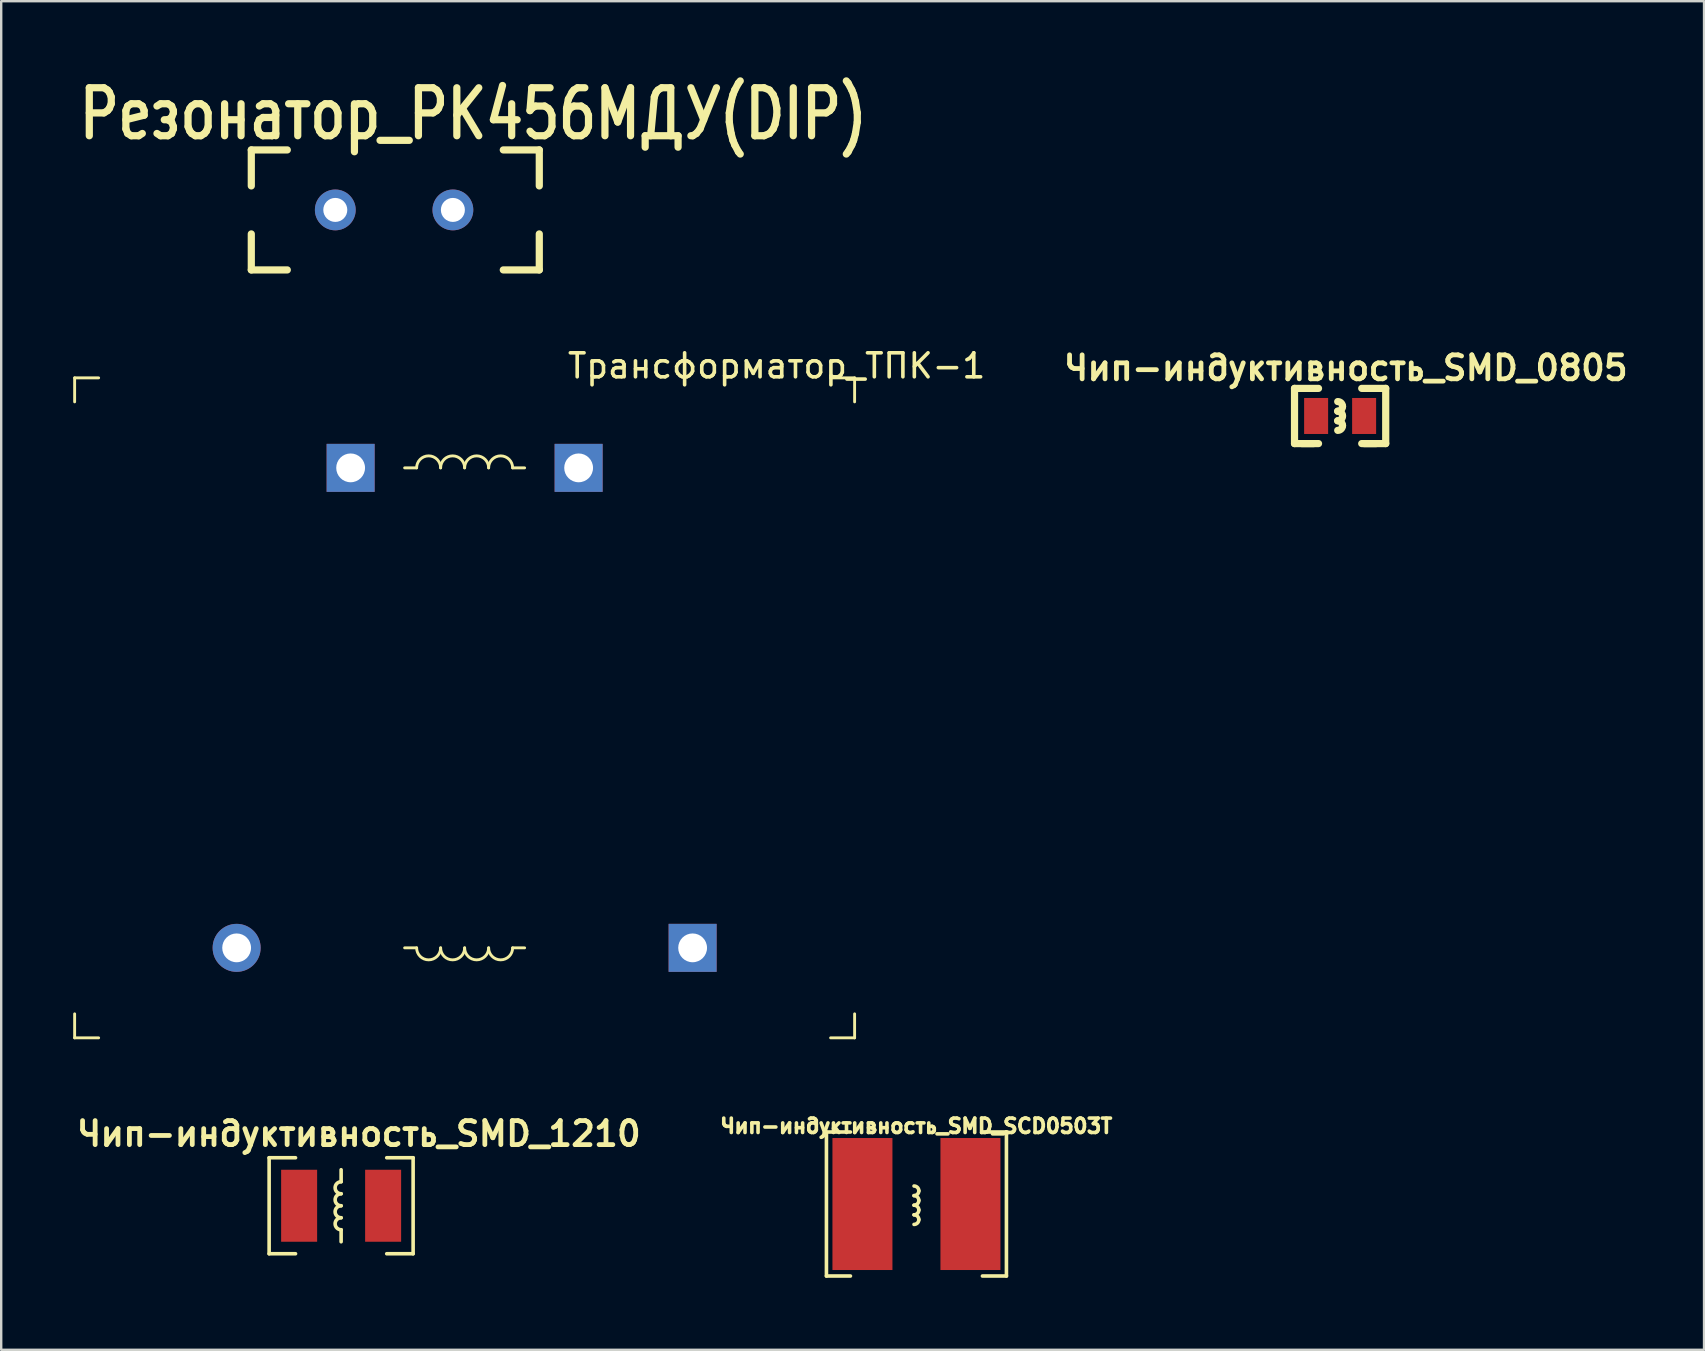
<source format=kicad_pcb>
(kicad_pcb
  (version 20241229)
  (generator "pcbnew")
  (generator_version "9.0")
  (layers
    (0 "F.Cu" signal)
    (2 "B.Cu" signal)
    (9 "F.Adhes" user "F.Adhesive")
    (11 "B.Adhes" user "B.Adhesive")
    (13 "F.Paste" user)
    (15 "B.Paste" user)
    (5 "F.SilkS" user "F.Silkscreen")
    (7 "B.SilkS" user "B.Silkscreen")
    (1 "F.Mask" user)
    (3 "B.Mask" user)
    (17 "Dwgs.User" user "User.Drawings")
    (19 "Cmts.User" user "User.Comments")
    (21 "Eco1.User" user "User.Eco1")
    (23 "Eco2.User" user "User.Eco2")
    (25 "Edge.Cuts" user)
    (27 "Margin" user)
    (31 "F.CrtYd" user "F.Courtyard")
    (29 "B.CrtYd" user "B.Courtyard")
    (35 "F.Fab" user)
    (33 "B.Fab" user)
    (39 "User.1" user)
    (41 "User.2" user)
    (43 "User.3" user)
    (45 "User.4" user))
  (footprint "Чип-индуктивность_SMD_1210"
    (layer "F.Cu")
    (at 9.414 47.191)
    (property "Reference" "Чип-индуктивность_SMD_1210" (at 2.5 -3 180) (layer "F.SilkS") (effects (font (size 1 1) (thickness 0.2))))
    (attr through_hole)
    (fp_line (start -1.25 -2) (end -1.25 2) (stroke (width 0.15) (type solid)) (layer "F.SilkS"))
    (fp_line (start -1.25 -2) (end -0.15 -2) (stroke (width 0.15) (type solid)) (layer "F.SilkS"))
    (fp_line (start -1.25 2) (end -0.15 2) (stroke (width 0.15) (type solid)) (layer "F.SilkS"))
    (fp_line (start 1.75 -1) (end 1.75 -1.5) (stroke (width 0.15) (type solid)) (layer "F.SilkS"))
    (fp_line (start 1.75 1.5) (end 1.75 1) (stroke (width 0.15) (type solid)) (layer "F.SilkS"))
    (fp_line (start 4.75 -2) (end 3.65 -2) (stroke (width 0.15) (type solid)) (layer "F.SilkS"))
    (fp_line (start 4.75 -2) (end 4.75 2) (stroke (width 0.15) (type solid)) (layer "F.SilkS"))
    (fp_line (start 4.75 2) (end 3.65 2) (stroke (width 0.15) (type solid)) (layer "F.SilkS"))
    (fp_arc (start 1.75 -0.5) (mid 1.5 -0.75) (end 1.75 -1) (stroke (width 0.15) (type solid)) (layer "F.SilkS"))
    (fp_arc (start 1.75 0) (mid 1.5 -0.25) (end 1.75 -0.5) (stroke (width 0.15) (type solid)) (layer "F.SilkS"))
    (fp_arc (start 1.75 0.5) (mid 1.5 0.25) (end 1.75 0) (stroke (width 0.15) (type solid)) (layer "F.SilkS"))
    (fp_arc (start 1.75 1) (mid 1.5 0.75) (end 1.75 0.5) (stroke (width 0.15) (type solid)) (layer "F.SilkS"))
    (pad "1" smd rect (at 0 0) (size 1.5 3) (layers "F.Cu" "F.Mask" "F.Paste"))
    (pad "2" smd rect (at 3.5 0) (size 1.5 3) (layers "F.Cu" "F.Mask" "F.Paste")))
  (footprint "Трансформатор_ТПК-1"
    (layer "F.Cu")
    (at 6.81 36.445)
    (property "Reference" "Трансформатор_ТПК-1" (at 22.5 -24.25 0) (layer "F.SilkS") (effects (font (size 1 1) (thickness 0.15))))
    (attr through_hole)
    (fp_line (start -6.75 -23.75) (end -6.75 -22.75) (stroke (width 0.12) (type solid)) (layer "F.SilkS"))
    (fp_line (start -6.75 -23.75) (end -5.75 -23.75) (stroke (width 0.12) (type solid)) (layer "F.SilkS"))
    (fp_line (start -6.75 3.75) (end -6.75 2.75) (stroke (width 0.12) (type solid)) (layer "F.SilkS"))
    (fp_line (start -6.75 3.75) (end -5.75 3.75) (stroke (width 0.12) (type solid)) (layer "F.SilkS"))
    (fp_line (start 7.5 -20) (end 7 -20) (stroke (width 0.12) (type solid)) (layer "F.SilkS"))
    (fp_line (start 7.5 0) (end 7 0) (stroke (width 0.12) (type solid)) (layer "F.SilkS"))
    (fp_line (start 11.5 -20) (end 12 -20) (stroke (width 0.12) (type solid)) (layer "F.SilkS"))
    (fp_line (start 11.5 0) (end 12 0) (stroke (width 0.12) (type solid)) (layer "F.SilkS"))
    (fp_line (start 25.75 -23.75) (end 24.75 -23.75) (stroke (width 0.12) (type solid)) (layer "F.SilkS"))
    (fp_line (start 25.75 -23.75) (end 25.75 -22.75) (stroke (width 0.12) (type solid)) (layer "F.SilkS"))
    (fp_line (start 25.75 3.75) (end 24.75 3.75) (stroke (width 0.12) (type solid)) (layer "F.SilkS"))
    (fp_line (start 25.75 3.75) (end 25.75 2.75) (stroke (width 0.12) (type solid)) (layer "F.SilkS"))
    (fp_arc (start 7.5 -20) (mid 8 -20.5) (end 8.5 -20) (stroke (width 0.12) (type solid)) (layer "F.SilkS"))
    (fp_arc (start 8.5 -20) (mid 9 -20.5) (end 9.5 -20) (stroke (width 0.12) (type solid)) (layer "F.SilkS"))
    (fp_arc (start 8.5 0) (mid 8 0.5) (end 7.5 0) (stroke (width 0.12) (type solid)) (layer "F.SilkS"))
    (fp_arc (start 9.5 -20) (mid 10 -20.5) (end 10.5 -20) (stroke (width 0.12) (type solid)) (layer "F.SilkS"))
    (fp_arc (start 9.5 0) (mid 9 0.5) (end 8.5 0) (stroke (width 0.12) (type solid)) (layer "F.SilkS"))
    (fp_arc (start 10.5 -20) (mid 11 -20.5) (end 11.5 -20) (stroke (width 0.12) (type solid)) (layer "F.SilkS"))
    (fp_arc (start 10.5 0) (mid 10 0.5) (end 9.5 0) (stroke (width 0.12) (type solid)) (layer "F.SilkS"))
    (fp_arc (start 11.5 0) (mid 11 0.5) (end 10.5 0) (stroke (width 0.12) (type solid)) (layer "F.SilkS"))
    (pad "1" thru_hole circle (at 0 0) (size 2 2) (drill 1.2) (layers "*.Cu" "*.Mask"))
    (pad "5" thru_hole rect (at 19 0) (size 2 2) (drill 1.2) (layers "*.Cu" "*.Mask"))
    (pad "7" thru_hole rect (at 14.25 -20) (size 2 2) (drill 1.2) (layers "*.Cu" "*.Mask"))
    (pad "9" thru_hole rect (at 4.75 -20) (size 2 2) (drill 1.2) (layers "*.Cu" "*.Mask")))
  (footprint "Резонатор_РК456МДУ(DIP)"
    (layer "F.Cu")
    (at 10.921 5.697)
    (property "Reference" "Резонатор_РК456МДУ(DIP)" (at 5.75 -4 180) (layer "F.SilkS") (effects (font (size 2 1.6) (thickness 0.3))))
    (attr through_hole)
    (fp_line (start -3.5 -2.5) (end -3.5 -1) (stroke (width 0.3) (type solid)) (layer "F.SilkS"))
    (fp_line (start -3.5 -2.5) (end -2 -2.5) (stroke (width 0.3) (type solid)) (layer "F.SilkS"))
    (fp_line (start -3.5 2.5) (end -3.5 1) (stroke (width 0.3) (type solid)) (layer "F.SilkS"))
    (fp_line (start -3.5 2.5) (end -2 2.5) (stroke (width 0.3) (type solid)) (layer "F.SilkS"))
    (fp_line (start 8.5 -2.5) (end 7 -2.5) (stroke (width 0.3) (type solid)) (layer "F.SilkS"))
    (fp_line (start 8.5 -2.5) (end 8.5 -1) (stroke (width 0.3) (type solid)) (layer "F.SilkS"))
    (fp_line (start 8.5 2.5) (end 7 2.5) (stroke (width 0.3) (type solid)) (layer "F.SilkS"))
    (fp_line (start 8.5 2.5) (end 8.5 1) (stroke (width 0.3) (type solid)) (layer "F.SilkS"))
    (pad "1" thru_hole circle (at 0 0) (size 1.7 1.7) (drill 1) (layers "*.Cu" "*.Mask"))
    (pad "2" thru_hole circle (at 4.9 0) (size 1.7 1.7) (drill 1) (layers "*.Cu" "*.Mask")))
  (footprint "Чип-индуктивность_SMD_0805"
    (layer "F.Cu")
    (at 51.79 14.283)
    (property "Reference" "Чип-индуктивность_SMD_0805" (at 1.25 -2 0) (layer "F.SilkS") (effects (font (size 1 1) (thickness 0.2))))
    (attr through_hole)
    (fp_line (start -0.9 -1.15) (end 0.1 -1.15) (stroke (width 0.3) (type solid)) (layer "F.SilkS"))
    (fp_line (start -0.9 1.15) (end -0.9 -1.15) (stroke (width 0.3) (type solid)) (layer "F.SilkS"))
    (fp_line (start -0.9 1.15) (end 0.1 1.15) (stroke (width 0.3) (type solid)) (layer "F.SilkS"))
    (fp_line (start -0.6 1.15) (end -0.1 1.15) (stroke (width 0.3) (type solid)) (layer "F.SilkS"))
    (fp_line (start 2.5 1.15) (end 2 1.15) (stroke (width 0.3) (type solid)) (layer "F.SilkS"))
    (fp_line (start 2.9 -1.15) (end 1.9 -1.15) (stroke (width 0.3) (type solid)) (layer "F.SilkS"))
    (fp_line (start 2.9 -1.15) (end 2.9 1.15) (stroke (width 0.3) (type solid)) (layer "F.SilkS"))
    (fp_line (start 2.9 1.15) (end 1.9 1.15) (stroke (width 0.3) (type solid)) (layer "F.SilkS"))
    (fp_arc (start 0.9 -0.6) (mid 1.041421 -0.541421) (end 1.1 -0.4) (stroke (width 0.3) (type solid)) (layer "F.SilkS"))
    (fp_arc (start 0.9 -0.2) (mid 1.041421 -0.141421) (end 1.1 0) (stroke (width 0.3) (type solid)) (layer "F.SilkS"))
    (fp_arc (start 0.9 0.2) (mid 1.041421 0.258579) (end 1.1 0.4) (stroke (width 0.3) (type solid)) (layer "F.SilkS"))
    (fp_arc (start 1.1 -0.4) (mid 1.041421 -0.258579) (end 0.9 -0.2) (stroke (width 0.3) (type solid)) (layer "F.SilkS"))
    (fp_arc (start 1.1 0) (mid 1.041421 0.141421) (end 0.9 0.2) (stroke (width 0.3) (type solid)) (layer "F.SilkS"))
    (fp_arc (start 1.1 0.4) (mid 1.041421 0.541421) (end 0.9 0.6) (stroke (width 0.3) (type solid)) (layer "F.SilkS"))
    (pad "1" smd rect (at 0 0) (size 1 1.5) (layers "F.Cu" "F.Mask" "F.Paste"))
    (pad "2" smd rect (at 2 0) (size 1 1.5) (layers "F.Cu" "F.Mask" "F.Paste")))
  (footprint "Чип-индуктивность_SMD_SCD0503T"
    (layer "F.Cu")
    (at 32.886 47.119)
    (property "Reference" "Чип-индуктивность_SMD_SCD0503T" (at 2.25 -3.25 0) (layer "F.SilkS") (effects (font (size 0.6 0.6) (thickness 0.15))))
    (attr through_hole)
    (fp_line (start -1.5 -3) (end -0.5 -3) (stroke (width 0.15) (type solid)) (layer "F.SilkS"))
    (fp_line (start -1.5 3) (end -1.5 -3) (stroke (width 0.15) (type solid)) (layer "F.SilkS"))
    (fp_line (start -1.5 3) (end -0.5 3) (stroke (width 0.15) (type solid)) (layer "F.SilkS"))
    (fp_line (start 6 -3) (end 5 -3) (stroke (width 0.15) (type solid)) (layer "F.SilkS"))
    (fp_line (start 6 -3) (end 6 3) (stroke (width 0.15) (type solid)) (layer "F.SilkS"))
    (fp_line (start 6 3) (end 5 3) (stroke (width 0.15) (type solid)) (layer "F.SilkS"))
    (fp_arc (start 2.15 -0.75) (mid 2.291421 -0.691421) (end 2.35 -0.55) (stroke (width 0.15) (type solid)) (layer "F.SilkS"))
    (fp_arc (start 2.15 -0.35) (mid 2.291421 -0.291421) (end 2.35 -0.15) (stroke (width 0.15) (type solid)) (layer "F.SilkS"))
    (fp_arc (start 2.15 0.05) (mid 2.291421 0.108579) (end 2.35 0.25) (stroke (width 0.15) (type solid)) (layer "F.SilkS"))
    (fp_arc (start 2.15 0.45) (mid 2.291421 0.508579) (end 2.35 0.65) (stroke (width 0.15) (type solid)) (layer "F.SilkS"))
    (fp_arc (start 2.35 -0.55) (mid 2.291421 -0.408579) (end 2.15 -0.35) (stroke (width 0.15) (type solid)) (layer "F.SilkS"))
    (fp_arc (start 2.35 -0.15) (mid 2.291421 -0.008579) (end 2.15 0.05) (stroke (width 0.15) (type solid)) (layer "F.SilkS"))
    (fp_arc (start 2.35 0.25) (mid 2.291421 0.391421) (end 2.15 0.45) (stroke (width 0.15) (type solid)) (layer "F.SilkS"))
    (fp_arc (start 2.35 0.65) (mid 2.291421 0.791421) (end 2.15 0.85) (stroke (width 0.15) (type solid)) (layer "F.SilkS"))
    (pad "1" smd rect (at 0 0) (size 2.5 5.5) (layers "F.Cu" "F.Mask" "F.Paste"))
    (pad "2" smd rect (at 4.5 0) (size 2.5 5.5) (layers "F.Cu" "F.Mask" "F.Paste")))
  (gr_rect
    (start -3 -3)
    (end 67.954 53.194)
    (stroke (width 0.1) (type default))
    (fill no)
    (layer "Edge.Cuts")))
</source>
